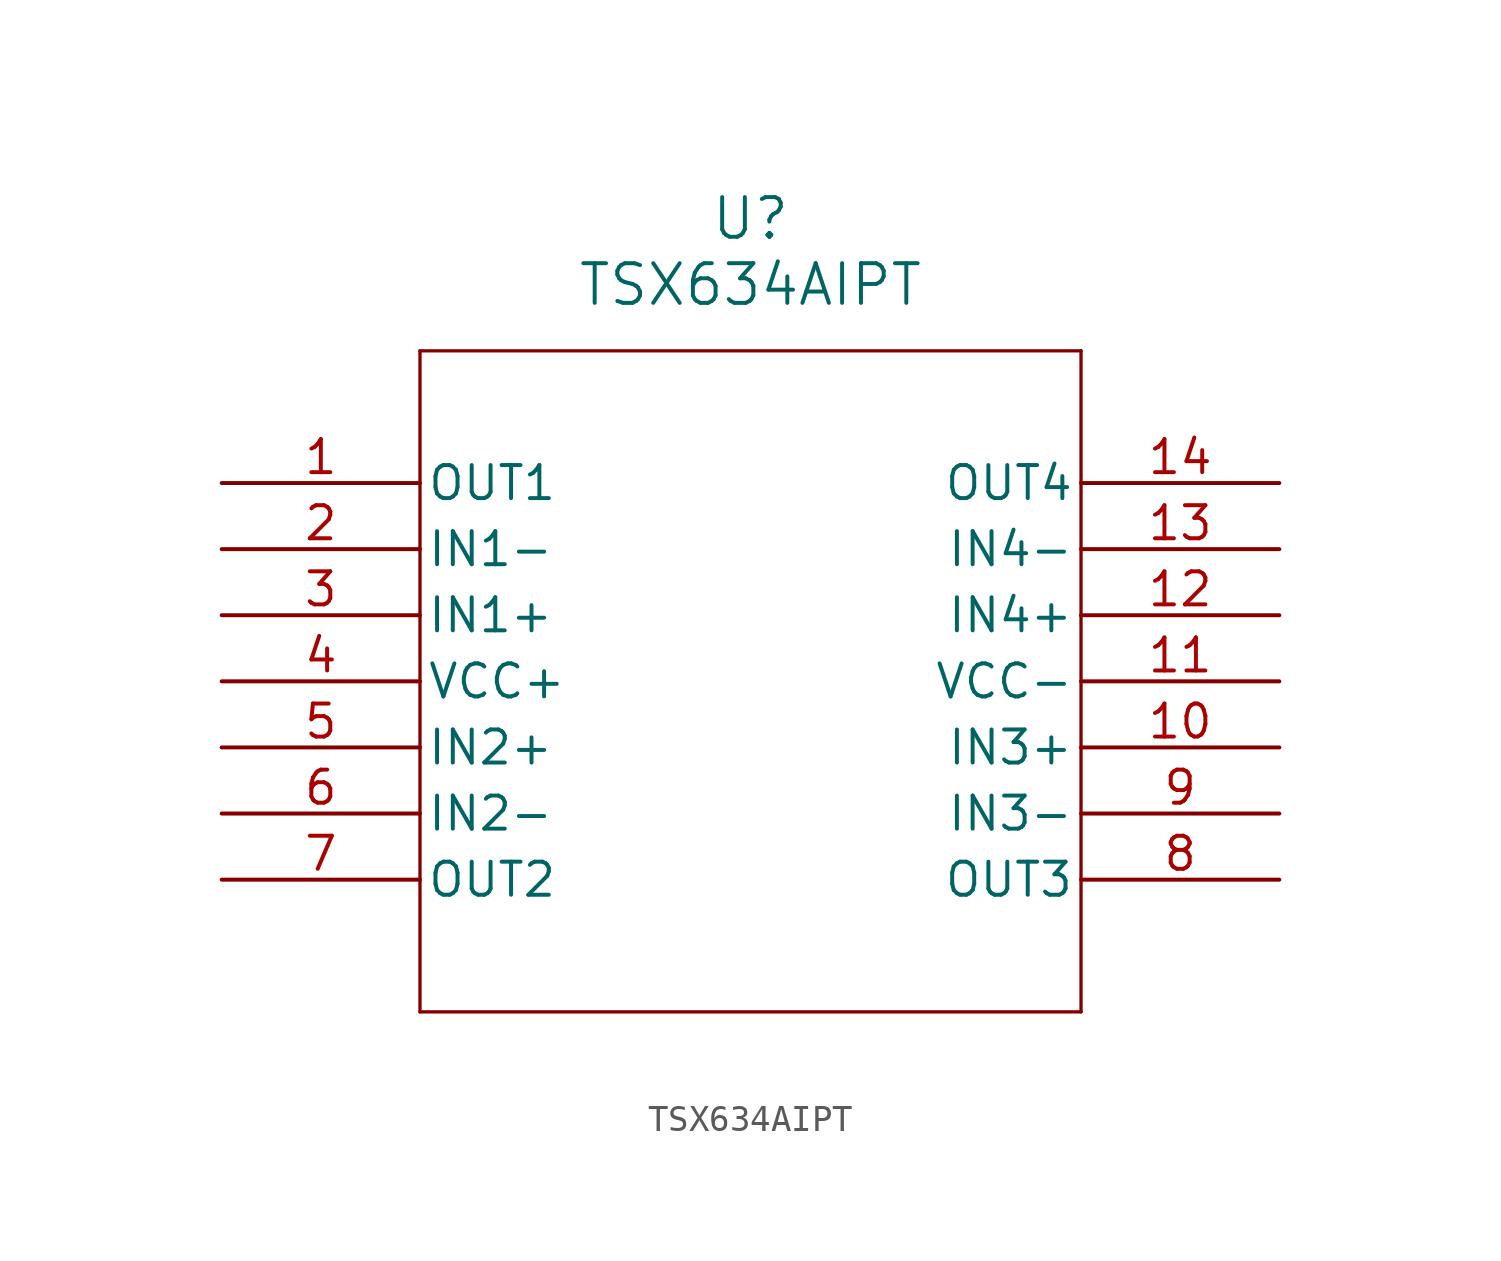
<source format=kicad_sym>
(kicad_symbol_lib
  (version 20211014)
  (generator kicad_symbol_editor)
  (symbol "TSX634AIPT"
    (pin_names
      (offset 0.254))
    (property "Reference" "U"
      (at 20.32 10.16 0)
      (effects (font (size 1.524 1.524))))
    (property "Value" "TSX634AIPT"
      (at 20.32 7.62 0)
      (effects (font (size 1.524 1.524))))
    (symbol "TSX634AIPT_0_1"
      (polyline (pts (xy 7.62 5.08) (xy 7.62 -20.32)) (stroke (width 0.127) (type default) (color 0 0 0 0)) (fill (type none)))
      (polyline (pts (xy 7.62 -20.32) (xy 33.02 -20.32)) (stroke (width 0.127) (type default) (color 0 0 0 0)) (fill (type none)))
      (polyline (pts (xy 33.02 -20.32) (xy 33.02 5.08)) (stroke (width 0.127) (type default) (color 0 0 0 0)) (fill (type none)))
      (polyline (pts (xy 33.02 5.08) (xy 7.62 5.08)) (stroke (width 0.127) (type default) (color 0 0 0 0)) (fill (type none)))
      (pin output line (at 0 0 0) (length 7.62) (name "OUT1" (effects (font (size 1.27 1.27)))) (number "1" (effects (font (size 1.27 1.27)))))
      (pin input line (at 0 -2.54 0) (length 7.62) (name "IN1-" (effects (font (size 1.27 1.27)))) (number "2" (effects (font (size 1.27 1.27)))))
      (pin input line (at 0 -5.08 0) (length 7.62) (name "IN1+" (effects (font (size 1.27 1.27)))) (number "3" (effects (font (size 1.27 1.27)))))
      (pin power_in line (at 0 -7.62 0) (length 7.62) (name "VCC+" (effects (font (size 1.27 1.27)))) (number "4" (effects (font (size 1.27 1.27)))))
      (pin input line (at 0 -10.16 0) (length 7.62) (name "IN2+" (effects (font (size 1.27 1.27)))) (number "5" (effects (font (size 1.27 1.27)))))
      (pin input line (at 0 -12.7 0) (length 7.62) (name "IN2-" (effects (font (size 1.27 1.27)))) (number "6" (effects (font (size 1.27 1.27)))))
      (pin output line (at 0 -15.24 0) (length 7.62) (name "OUT2" (effects (font (size 1.27 1.27)))) (number "7" (effects (font (size 1.27 1.27)))))
      (pin output line (at 40.64 -15.24 180) (length 7.62) (name "OUT3" (effects (font (size 1.27 1.27)))) (number "8" (effects (font (size 1.27 1.27)))))
      (pin input line (at 40.64 -12.7 180) (length 7.62) (name "IN3-" (effects (font (size 1.27 1.27)))) (number "9" (effects (font (size 1.27 1.27)))))
      (pin input line (at 40.64 -10.16 180) (length 7.62) (name "IN3+" (effects (font (size 1.27 1.27)))) (number "10" (effects (font (size 1.27 1.27)))))
      (pin power_in line (at 40.64 -7.62 180) (length 7.62) (name "VCC-" (effects (font (size 1.27 1.27)))) (number "11" (effects (font (size 1.27 1.27)))))
      (pin input line (at 40.64 -5.08 180) (length 7.62) (name "IN4+" (effects (font (size 1.27 1.27)))) (number "12" (effects (font (size 1.27 1.27)))))
      (pin input line (at 40.64 -2.54 180) (length 7.62) (name "IN4-" (effects (font (size 1.27 1.27)))) (number "13" (effects (font (size 1.27 1.27)))))
      (pin output line (at 40.64 0 180) (length 7.62) (name "OUT4" (effects (font (size 1.27 1.27)))) (number "14" (effects (font (size 1.27 1.27))))))))
</source>
